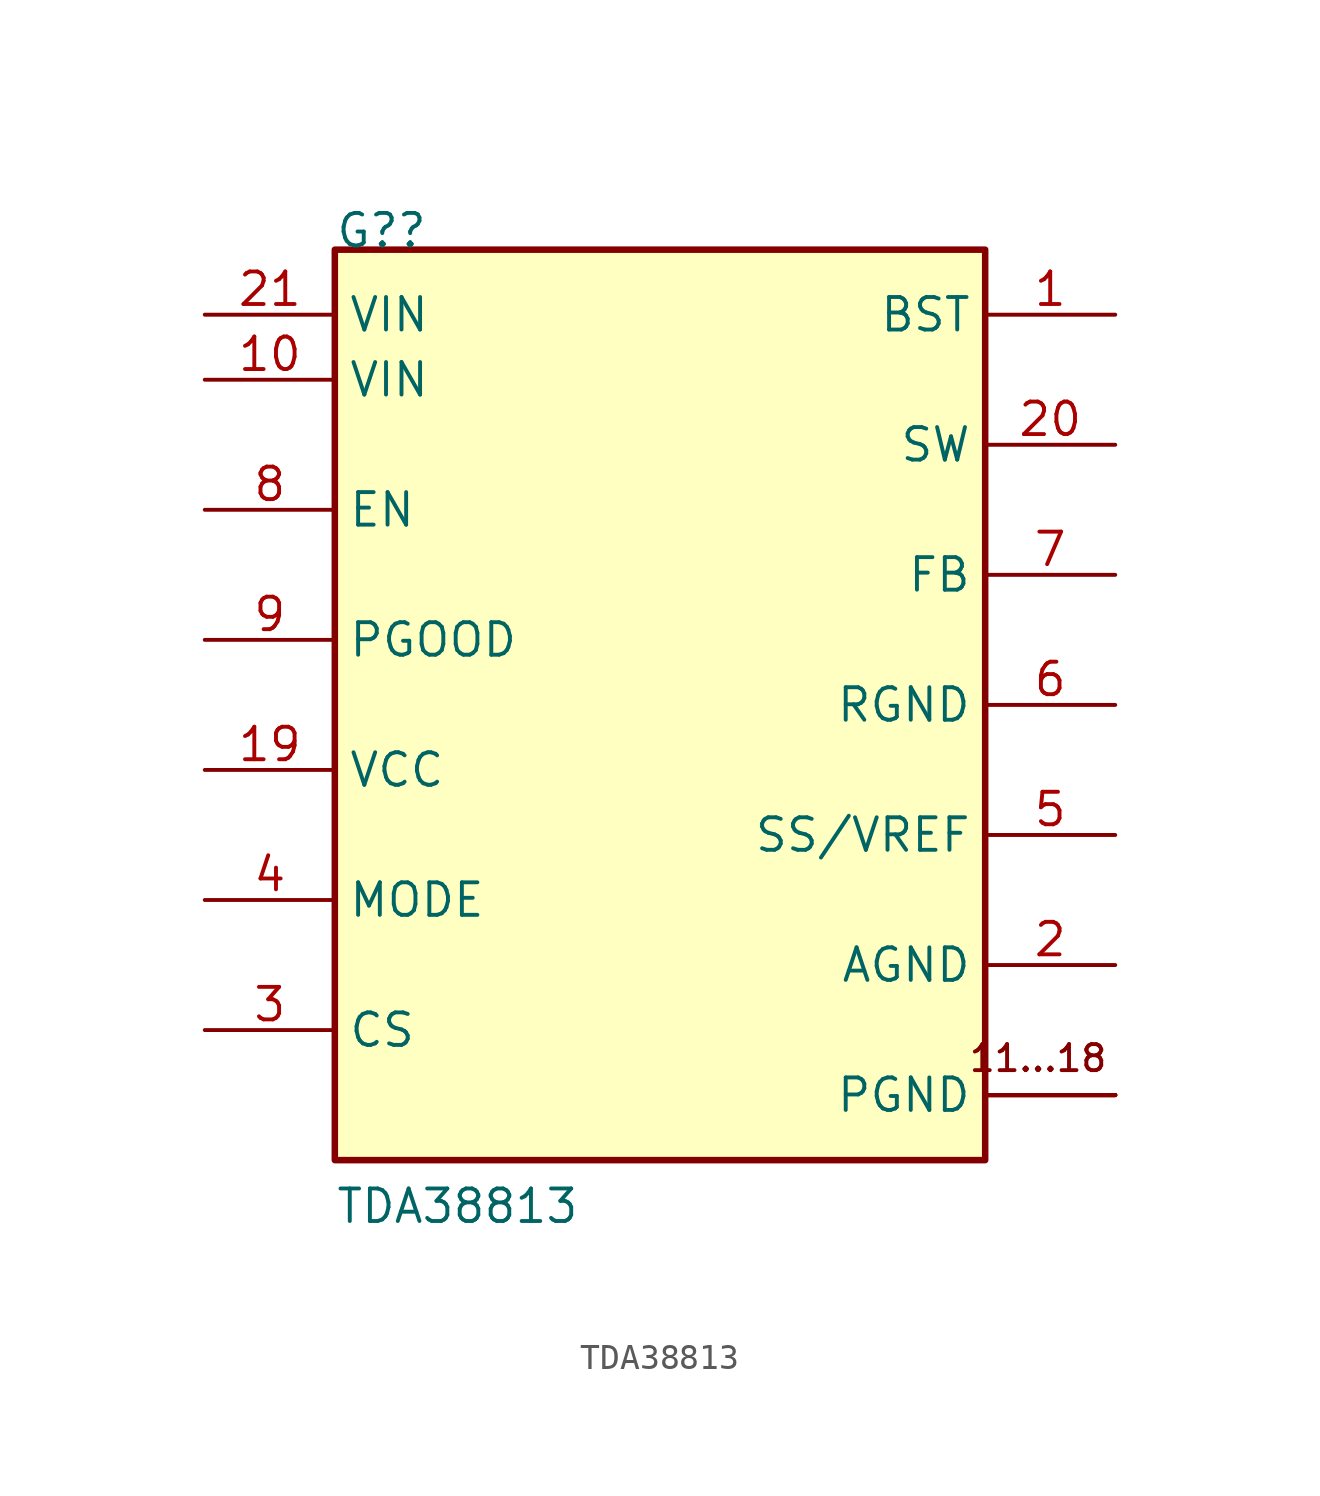
<source format=kicad_sym>
(kicad_symbol_lib
  (version 20220914)
  (generator kicad_symbol_editor)
  (symbol "TDA38813"
    (property "Reference" "G?"
      (at 0 0 0)
      (effects (font (size 1.27 1.27)) (justify left bottom)))
    (property "Value" "TDA38813"
      (at 0 -38.1 0)
      (effects (font (size 1.27 1.27)) (justify left bottom)))
    (symbol "TDA38813_1_0"
      (rectangle (start 25.4 0) (end 0 -35.56) (stroke (width 0.254) (type solid)) (fill (type background)))
      (text "11...18" (at 30.226 -30.988 0) (effects (font (size 1.016 1.016)) (justify right top)))
      (pin input line (at 30.48 -2.54 180) (length 5.08) (name "BST" (effects (font (size 1.27 1.27)))) (number "1" (effects (font (size 1.27 1.27)))))
      (pin input line (at -5.08 -5.08 0) (length 5.08) (name "VIN" (effects (font (size 1.27 1.27)))) (number "10" (effects (font (size 1.27 1.27)))))
      (pin power_in line (at 30.48 -33.02 180) (length 5.08) (name "PGND" (effects (font (size 0 0)))) (number "11" (effects (font (size 0 0)))))
      (pin power_in line (at 30.48 -33.02 180) (length 5.08) (name "PGND" (effects (font (size 0 0)))) (number "12" (effects (font (size 0 0)))))
      (pin power_in line (at 30.48 -33.02 180) (length 5.08) (name "PGND" (effects (font (size 0 0)))) (number "13" (effects (font (size 0 0)))))
      (pin power_in line (at 30.48 -33.02 180) (length 5.08) (name "PGND" (effects (font (size 0 0)))) (number "14" (effects (font (size 0 0)))))
      (pin power_in line (at 30.48 -33.02 180) (length 5.08) (name "PGND" (effects (font (size 0 0)))) (number "15" (effects (font (size 0 0)))))
      (pin power_in line (at 30.48 -33.02 180) (length 5.08) (name "PGND" (effects (font (size 0 0)))) (number "16" (effects (font (size 0 0)))))
      (pin power_in line (at 30.48 -33.02 180) (length 5.08) (name "PGND" (effects (font (size 0 0)))) (number "17" (effects (font (size 0 0)))))
      (pin power_in line (at 30.48 -33.02 180) (length 5.08) (name "PGND" (effects (font (size 1.27 1.27)))) (number "18" (effects (font (size 0 0)))))
      (pin bidirectional line (at -5.08 -20.32 0) (length 5.08) (name "VCC" (effects (font (size 1.27 1.27)))) (number "19" (effects (font (size 1.27 1.27)))))
      (pin power_in line (at 30.48 -27.94 180) (length 5.08) (name "AGND" (effects (font (size 1.27 1.27)))) (number "2" (effects (font (size 1.27 1.27)))))
      (pin output line (at 30.48 -7.62 180) (length 5.08) (name "SW" (effects (font (size 1.27 1.27)))) (number "20" (effects (font (size 1.27 1.27)))))
      (pin input line (at -5.08 -2.54 0) (length 5.08) (name "VIN" (effects (font (size 1.27 1.27)))) (number "21" (effects (font (size 1.27 1.27)))))
      (pin input line (at -5.08 -30.48 0) (length 5.08) (name "CS" (effects (font (size 1.27 1.27)))) (number "3" (effects (font (size 1.27 1.27)))))
      (pin input line (at -5.08 -25.4 0) (length 5.08) (name "MODE" (effects (font (size 1.27 1.27)))) (number "4" (effects (font (size 1.27 1.27)))))
      (pin input line (at 30.48 -22.86 180) (length 5.08) (name "SS/VREF" (effects (font (size 1.27 1.27)))) (number "5" (effects (font (size 1.27 1.27)))))
      (pin power_in line (at 30.48 -17.78 180) (length 5.08) (name "RGND" (effects (font (size 1.27 1.27)))) (number "6" (effects (font (size 1.27 1.27)))))
      (pin input line (at 30.48 -12.7 180) (length 5.08) (name "FB" (effects (font (size 1.27 1.27)))) (number "7" (effects (font (size 1.27 1.27)))))
      (pin input line (at -5.08 -10.16 0) (length 5.08) (name "EN" (effects (font (size 1.27 1.27)))) (number "8" (effects (font (size 1.27 1.27)))))
      (pin open_collector line (at -5.08 -15.24 0) (length 5.08) (name "PGOOD" (effects (font (size 1.27 1.27)))) (number "9" (effects (font (size 1.27 1.27))))))))
</source>
